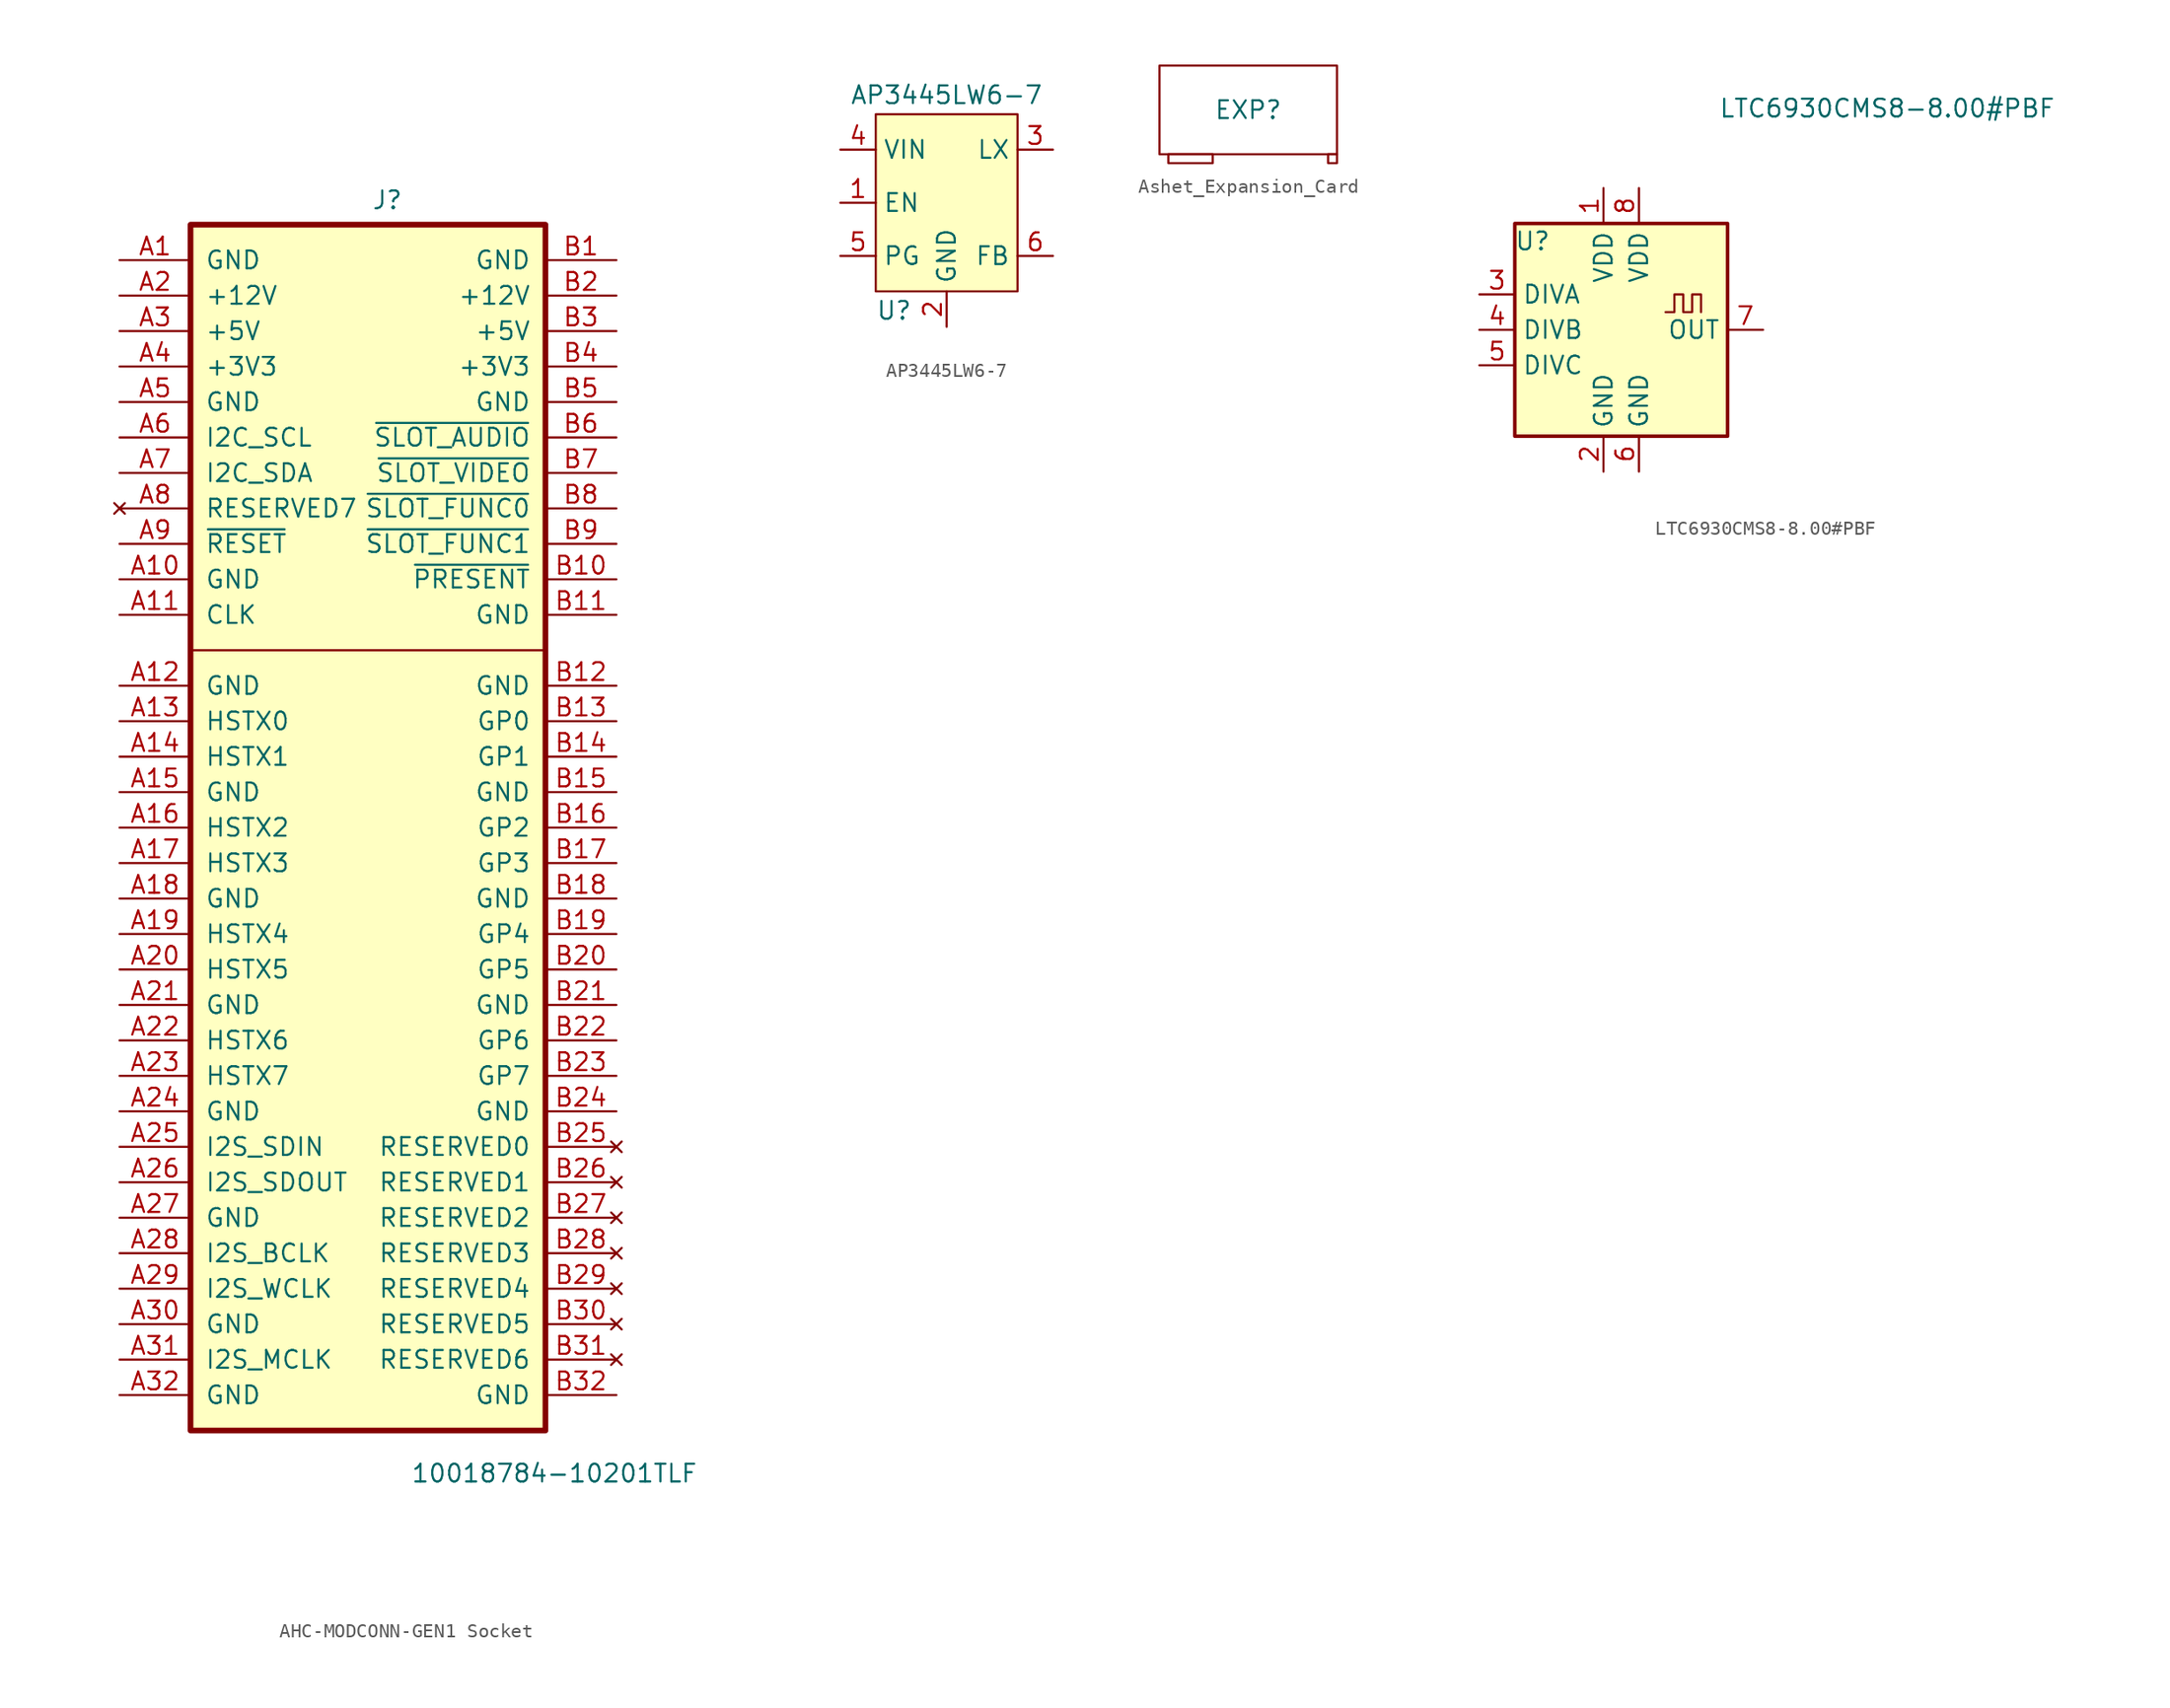
<source format=kicad_sym>
(kicad_symbol_lib
  (version 20241209)
  (generator "kicad_symbol_editor")
  (generator_version "9.0")
  (symbol "AHC-MODCONN-GEN1 Socket"
    (pin_names
      (offset 1.016))
    (property "Reference" "J"
      (at 0.254 44.196 0)
      (effects (font (size 1.27 1.27)) (justify left bottom)))
    (property "Value" "10018784-10201TLF"
      (at 3.048 -46.99 0)
      (effects (font (size 1.27 1.27)) (justify left bottom)))
    (symbol "AHC-MODCONN-GEN1 Socket_0_0"
      (rectangle (start -12.7 43.18) (end 12.7 -43.18) (stroke (width 0.406) (type default)) (fill (type background))))
    (symbol "AHC-MODCONN-GEN1 Socket_0_1"
      (polyline (pts (xy -12.7 12.7) (xy 12.7 12.7)) (stroke (width 0) (type default)) (fill (type none))))
    (symbol "AHC-MODCONN-GEN1 Socket_1_1"
      (pin power_in line (at -17.78 40.64 0) (length 5.08) (name "GND" (effects (font (size 1.27 1.27)))) (number "A1" (effects (font (size 1.27 1.27)))))
      (pin power_in line (at -17.78 38.1 0) (length 5.08) (name "+12V" (effects (font (size 1.27 1.27)))) (number "A2" (effects (font (size 1.27 1.27)))))
      (pin power_in line (at -17.78 35.56 0) (length 5.08) (name "+5V" (effects (font (size 1.27 1.27)))) (number "A3" (effects (font (size 1.27 1.27)))))
      (pin power_in line (at -17.78 33.02 0) (length 5.08) (name "+3V3" (effects (font (size 1.27 1.27)))) (number "A4" (effects (font (size 1.27 1.27)))))
      (pin power_in line (at -17.78 30.48 0) (length 5.08) (name "GND" (effects (font (size 1.27 1.27)))) (number "A5" (effects (font (size 1.27 1.27)))))
      (pin open_collector line (at -17.78 27.94 0) (length 5.08) (name "I2C_SCL" (effects (font (size 1.27 1.27)))) (number "A6" (effects (font (size 1.27 1.27)))))
      (pin open_collector line (at -17.78 25.4 0) (length 5.08) (name "I2C_SDA" (effects (font (size 1.27 1.27)))) (number "A7" (effects (font (size 1.27 1.27)))))
      (pin no_connect line (at -17.78 22.86 0) (length 5.08) (name "RESERVED7" (effects (font (size 1.27 1.27)))) (number "A8" (effects (font (size 1.27 1.27)))))
      (pin open_collector line (at -17.78 20.32 0) (length 5.08) (name "~{RESET}" (effects (font (size 1.27 1.27)))) (number "A9" (effects (font (size 1.27 1.27)))))
      (pin power_in line (at -17.78 17.78 0) (length 5.08) (name "GND" (effects (font (size 1.27 1.27)))) (number "A10" (effects (font (size 1.27 1.27)))))
      (pin input line (at -17.78 15.24 0) (length 5.08) (name "CLK" (effects (font (size 1.27 1.27)))) (number "A11" (effects (font (size 1.27 1.27)))))
      (pin power_in line (at -17.78 10.16 0) (length 5.08) (name "GND" (effects (font (size 1.27 1.27)))) (number "A12" (effects (font (size 1.27 1.27)))))
      (pin bidirectional line (at -17.78 7.62 0) (length 5.08) (name "HSTX0" (effects (font (size 1.27 1.27)))) (number "A13" (effects (font (size 1.27 1.27)))))
      (pin bidirectional line (at -17.78 5.08 0) (length 5.08) (name "HSTX1" (effects (font (size 1.27 1.27)))) (number "A14" (effects (font (size 1.27 1.27)))))
      (pin power_in line (at -17.78 2.54 0) (length 5.08) (name "GND" (effects (font (size 1.27 1.27)))) (number "A15" (effects (font (size 1.27 1.27)))))
      (pin bidirectional line (at -17.78 0 0) (length 5.08) (name "HSTX2" (effects (font (size 1.27 1.27)))) (number "A16" (effects (font (size 1.27 1.27)))))
      (pin bidirectional line (at -17.78 -2.54 0) (length 5.08) (name "HSTX3" (effects (font (size 1.27 1.27)))) (number "A17" (effects (font (size 1.27 1.27)))))
      (pin power_in line (at -17.78 -5.08 0) (length 5.08) (name "GND" (effects (font (size 1.27 1.27)))) (number "A18" (effects (font (size 1.27 1.27)))))
      (pin bidirectional line (at -17.78 -7.62 0) (length 5.08) (name "HSTX4" (effects (font (size 1.27 1.27)))) (number "A19" (effects (font (size 1.27 1.27)))))
      (pin bidirectional line (at -17.78 -10.16 0) (length 5.08) (name "HSTX5" (effects (font (size 1.27 1.27)))) (number "A20" (effects (font (size 1.27 1.27)))))
      (pin power_in line (at -17.78 -12.7 0) (length 5.08) (name "GND" (effects (font (size 1.27 1.27)))) (number "A21" (effects (font (size 1.27 1.27)))))
      (pin bidirectional line (at -17.78 -15.24 0) (length 5.08) (name "HSTX6" (effects (font (size 1.27 1.27)))) (number "A22" (effects (font (size 1.27 1.27)))))
      (pin bidirectional line (at -17.78 -17.78 0) (length 5.08) (name "HSTX7" (effects (font (size 1.27 1.27)))) (number "A23" (effects (font (size 1.27 1.27)))))
      (pin power_in line (at -17.78 -20.32 0) (length 5.08) (name "GND" (effects (font (size 1.27 1.27)))) (number "A24" (effects (font (size 1.27 1.27)))))
      (pin output line (at -17.78 -22.86 0) (length 5.08) (name "I2S_SDIN" (effects (font (size 1.27 1.27)))) (number "A25" (effects (font (size 1.27 1.27)))))
      (pin input line (at -17.78 -25.4 0) (length 5.08) (name "I2S_SDOUT" (effects (font (size 1.27 1.27)))) (number "A26" (effects (font (size 1.27 1.27)))))
      (pin power_in line (at -17.78 -27.94 0) (length 5.08) (name "GND" (effects (font (size 1.27 1.27)))) (number "A27" (effects (font (size 1.27 1.27)))))
      (pin input line (at -17.78 -30.48 0) (length 5.08) (name "I2S_BCLK" (effects (font (size 1.27 1.27)))) (number "A28" (effects (font (size 1.27 1.27)))))
      (pin input line (at -17.78 -33.02 0) (length 5.08) (name "I2S_WCLK" (effects (font (size 1.27 1.27)))) (number "A29" (effects (font (size 1.27 1.27)))))
      (pin power_in line (at -17.78 -35.56 0) (length 5.08) (name "GND" (effects (font (size 1.27 1.27)))) (number "A30" (effects (font (size 1.27 1.27)))))
      (pin input line (at -17.78 -38.1 0) (length 5.08) (name "I2S_MCLK" (effects (font (size 1.27 1.27)))) (number "A31" (effects (font (size 1.27 1.27)))))
      (pin power_in line (at -17.78 -40.64 0) (length 5.08) (name "GND" (effects (font (size 1.27 1.27)))) (number "A32" (effects (font (size 1.27 1.27)))))
      (pin power_in line (at 17.78 40.64 180) (length 5.08) (name "GND" (effects (font (size 1.27 1.27)))) (number "B1" (effects (font (size 1.27 1.27)))))
      (pin power_in line (at 17.78 38.1 180) (length 5.08) (name "+12V" (effects (font (size 1.27 1.27)))) (number "B2" (effects (font (size 1.27 1.27)))))
      (pin power_in line (at 17.78 35.56 180) (length 5.08) (name "+5V" (effects (font (size 1.27 1.27)))) (number "B3" (effects (font (size 1.27 1.27)))))
      (pin power_in line (at 17.78 33.02 180) (length 5.08) (name "+3V3" (effects (font (size 1.27 1.27)))) (number "B4" (effects (font (size 1.27 1.27)))))
      (pin power_in line (at 17.78 30.48 180) (length 5.08) (name "GND" (effects (font (size 1.27 1.27)))) (number "B5" (effects (font (size 1.27 1.27)))))
      (pin open_collector line (at 17.78 27.94 180) (length 5.08) (name "~{SLOT_AUDIO}" (effects (font (size 1.27 1.27)))) (number "B6" (effects (font (size 1.27 1.27)))))
      (pin open_collector line (at 17.78 25.4 180) (length 5.08) (name "~{SLOT_VIDEO}" (effects (font (size 1.27 1.27)))) (number "B7" (effects (font (size 1.27 1.27)))))
      (pin open_collector line (at 17.78 22.86 180) (length 5.08) (name "~{SLOT_FUNC0}" (effects (font (size 1.27 1.27)))) (number "B8" (effects (font (size 1.27 1.27)))))
      (pin open_collector line (at 17.78 20.32 180) (length 5.08) (name "~{SLOT_FUNC1}" (effects (font (size 1.27 1.27)))) (number "B9" (effects (font (size 1.27 1.27)))))
      (pin open_collector line (at 17.78 17.78 180) (length 5.08) (name "~{PRESENT}" (effects (font (size 1.27 1.27)))) (number "B10" (effects (font (size 1.27 1.27)))))
      (pin power_in line (at 17.78 15.24 180) (length 5.08) (name "GND" (effects (font (size 1.27 1.27)))) (number "B11" (effects (font (size 1.27 1.27)))))
      (pin power_in line (at 17.78 10.16 180) (length 5.08) (name "GND" (effects (font (size 1.27 1.27)))) (number "B12" (effects (font (size 1.27 1.27)))))
      (pin bidirectional line (at 17.78 7.62 180) (length 5.08) (name "GP0" (effects (font (size 1.27 1.27)))) (number "B13" (effects (font (size 1.27 1.27)))))
      (pin bidirectional line (at 17.78 5.08 180) (length 5.08) (name "GP1" (effects (font (size 1.27 1.27)))) (number "B14" (effects (font (size 1.27 1.27)))))
      (pin power_in line (at 17.78 2.54 180) (length 5.08) (name "GND" (effects (font (size 1.27 1.27)))) (number "B15" (effects (font (size 1.27 1.27)))))
      (pin bidirectional line (at 17.78 0 180) (length 5.08) (name "GP2" (effects (font (size 1.27 1.27)))) (number "B16" (effects (font (size 1.27 1.27)))))
      (pin bidirectional line (at 17.78 -2.54 180) (length 5.08) (name "GP3" (effects (font (size 1.27 1.27)))) (number "B17" (effects (font (size 1.27 1.27)))))
      (pin power_in line (at 17.78 -5.08 180) (length 5.08) (name "GND" (effects (font (size 1.27 1.27)))) (number "B18" (effects (font (size 1.27 1.27)))))
      (pin bidirectional line (at 17.78 -7.62 180) (length 5.08) (name "GP4" (effects (font (size 1.27 1.27)))) (number "B19" (effects (font (size 1.27 1.27)))))
      (pin bidirectional line (at 17.78 -10.16 180) (length 5.08) (name "GP5" (effects (font (size 1.27 1.27)))) (number "B20" (effects (font (size 1.27 1.27)))))
      (pin power_in line (at 17.78 -12.7 180) (length 5.08) (name "GND" (effects (font (size 1.27 1.27)))) (number "B21" (effects (font (size 1.27 1.27)))))
      (pin bidirectional line (at 17.78 -15.24 180) (length 5.08) (name "GP6" (effects (font (size 1.27 1.27)))) (number "B22" (effects (font (size 1.27 1.27)))))
      (pin bidirectional line (at 17.78 -17.78 180) (length 5.08) (name "GP7" (effects (font (size 1.27 1.27)))) (number "B23" (effects (font (size 1.27 1.27)))))
      (pin power_in line (at 17.78 -20.32 180) (length 5.08) (name "GND" (effects (font (size 1.27 1.27)))) (number "B24" (effects (font (size 1.27 1.27)))))
      (pin no_connect line (at 17.78 -22.86 180) (length 5.08) (name "RESERVED0" (effects (font (size 1.27 1.27)))) (number "B25" (effects (font (size 1.27 1.27)))))
      (pin no_connect line (at 17.78 -25.4 180) (length 5.08) (name "RESERVED1" (effects (font (size 1.27 1.27)))) (number "B26" (effects (font (size 1.27 1.27)))))
      (pin no_connect line (at 17.78 -27.94 180) (length 5.08) (name "RESERVED2" (effects (font (size 1.27 1.27)))) (number "B27" (effects (font (size 1.27 1.27)))))
      (pin no_connect line (at 17.78 -30.48 180) (length 5.08) (name "RESERVED3" (effects (font (size 1.27 1.27)))) (number "B28" (effects (font (size 1.27 1.27)))))
      (pin no_connect line (at 17.78 -33.02 180) (length 5.08) (name "RESERVED4" (effects (font (size 1.27 1.27)))) (number "B29" (effects (font (size 1.27 1.27)))))
      (pin no_connect line (at 17.78 -35.56 180) (length 5.08) (name "RESERVED5" (effects (font (size 1.27 1.27)))) (number "B30" (effects (font (size 1.27 1.27)))))
      (pin no_connect line (at 17.78 -38.1 180) (length 5.08) (name "RESERVED6" (effects (font (size 1.27 1.27)))) (number "B31" (effects (font (size 1.27 1.27)))))
      (pin power_in line (at 17.78 -40.64 180) (length 5.08) (name "GND" (effects (font (size 1.27 1.27)))) (number "B32" (effects (font (size 1.27 1.27)))))))
  (symbol "AP3445LW6-7"
    (property "Reference" "U"
      (at -5.08 -6.985 0)
      (effects (font (size 1.27 1.27)) (justify left top)))
    (property "Value" "AP3445LW6-7"
      (at 0 6.985 0)
      (effects (font (size 1.27 1.27)) (justify bottom)))
    (symbol "AP3445LW6-7_1_1"
      (rectangle (start -5.08 6.35) (end 5.08 -6.35) (stroke (width 0) (type default)) (fill (type background)))
      (pin power_in line (at -7.62 3.81 0) (length 2.54) (name "VIN" (effects (font (size 1.27 1.27)))) (number "4" (effects (font (size 1.27 1.27)))))
      (pin input line (at -7.62 0 0) (length 2.54) (name "EN" (effects (font (size 1.27 1.27)))) (number "1" (effects (font (size 1.27 1.27)))))
      (pin open_collector line (at -7.62 -3.81 0) (length 2.54) (name "PG" (effects (font (size 1.27 1.27)))) (number "5" (effects (font (size 1.27 1.27)))))
      (pin power_in line (at 0 -8.89 90) (length 2.54) (name "GND" (effects (font (size 1.27 1.27)))) (number "2" (effects (font (size 1.27 1.27)))))
      (pin power_out line (at 7.62 3.81 180) (length 2.54) (name "LX" (effects (font (size 1.27 1.27)))) (number "3" (effects (font (size 1.27 1.27)))))
      (pin passive line (at 7.62 -3.81 180) (length 2.54) (name "FB" (effects (font (size 1.27 1.27)))) (number "6" (effects (font (size 1.27 1.27)))))))
  (symbol "Ashet_Expansion_Card"
    (pin_numbers
      (hide yes))
    (pin_names
      (offset 0)
      (hide yes))
    (property "Reference" "EXP"
      (at 0 0 0)
      (effects (font (size 1.27 1.27))))
    (property "Value" ""
      (at 0 0 0)
      (effects (font (size 1.27 1.27))))
    (symbol "Ashet_Expansion_Card_0_1"
      (rectangle (start -6.35 3.175) (end 6.35 -3.175) (stroke (width 0) (type default)) (fill (type none)))
      (rectangle (start -5.715 -3.175) (end -2.54 -3.81) (stroke (width 0) (type default)) (fill (type none)))
      (rectangle (start 6.35 -3.175) (end 5.715 -3.81) (stroke (width 0) (type default)) (fill (type none)))))
  (symbol "LTC6930CMS8-8.00#PBF"
    (property "Reference" "U"
      (at -6.35 6.35 0)
      (effects (font (size 1.27 1.27))))
    (property "Value" "LTC6930CMS8-8.00#PBF"
      (at 19.05 15.875 0)
      (effects (font (size 1.27 1.27))))
    (symbol "LTC6930CMS8-8.00#PBF_1_1"
      (rectangle (start -7.62 7.62) (end 7.62 -7.62) (stroke (width 0.254) (type default)) (fill (type background)))
      (polyline (pts (xy 3.175 1.27) (xy 3.81 1.27) (xy 3.81 2.54) (xy 4.445 2.54) (xy 4.445 1.27) (xy 5.08 1.27) (xy 5.08 2.54) (xy 5.715 2.54) (xy 5.715 1.27)) (stroke (width 0) (type default)) (fill (type none)))
      (pin input line (at -10.16 2.54 0) (length 2.54) (name "DIVA" (effects (font (size 1.27 1.27)))) (number "3" (effects (font (size 1.27 1.27)))))
      (pin input line (at -10.16 0 0) (length 2.54) (name "DIVB" (effects (font (size 1.27 1.27)))) (number "4" (effects (font (size 1.27 1.27)))))
      (pin input line (at -10.16 -2.54 0) (length 2.54) (name "DIVC" (effects (font (size 1.27 1.27)))) (number "5" (effects (font (size 1.27 1.27)))))
      (pin power_in line (at -1.27 10.16 270) (length 2.54) (name "VDD" (effects (font (size 1.27 1.27)))) (number "1" (effects (font (size 1.27 1.27)))))
      (pin power_in line (at -1.27 -10.16 90) (length 2.54) (name "GND" (effects (font (size 1.27 1.27)))) (number "2" (effects (font (size 1.27 1.27)))))
      (pin power_in line (at 1.27 10.16 270) (length 2.54) (name "VDD" (effects (font (size 1.27 1.27)))) (number "8" (effects (font (size 1.27 1.27)))))
      (pin power_in line (at 1.27 -10.16 90) (length 2.54) (name "GND" (effects (font (size 1.27 1.27)))) (number "6" (effects (font (size 1.27 1.27)))))
      (pin output line (at 10.16 0 180) (length 2.54) (name "OUT" (effects (font (size 1.27 1.27)))) (number "7" (effects (font (size 1.27 1.27))))))))
</source>
